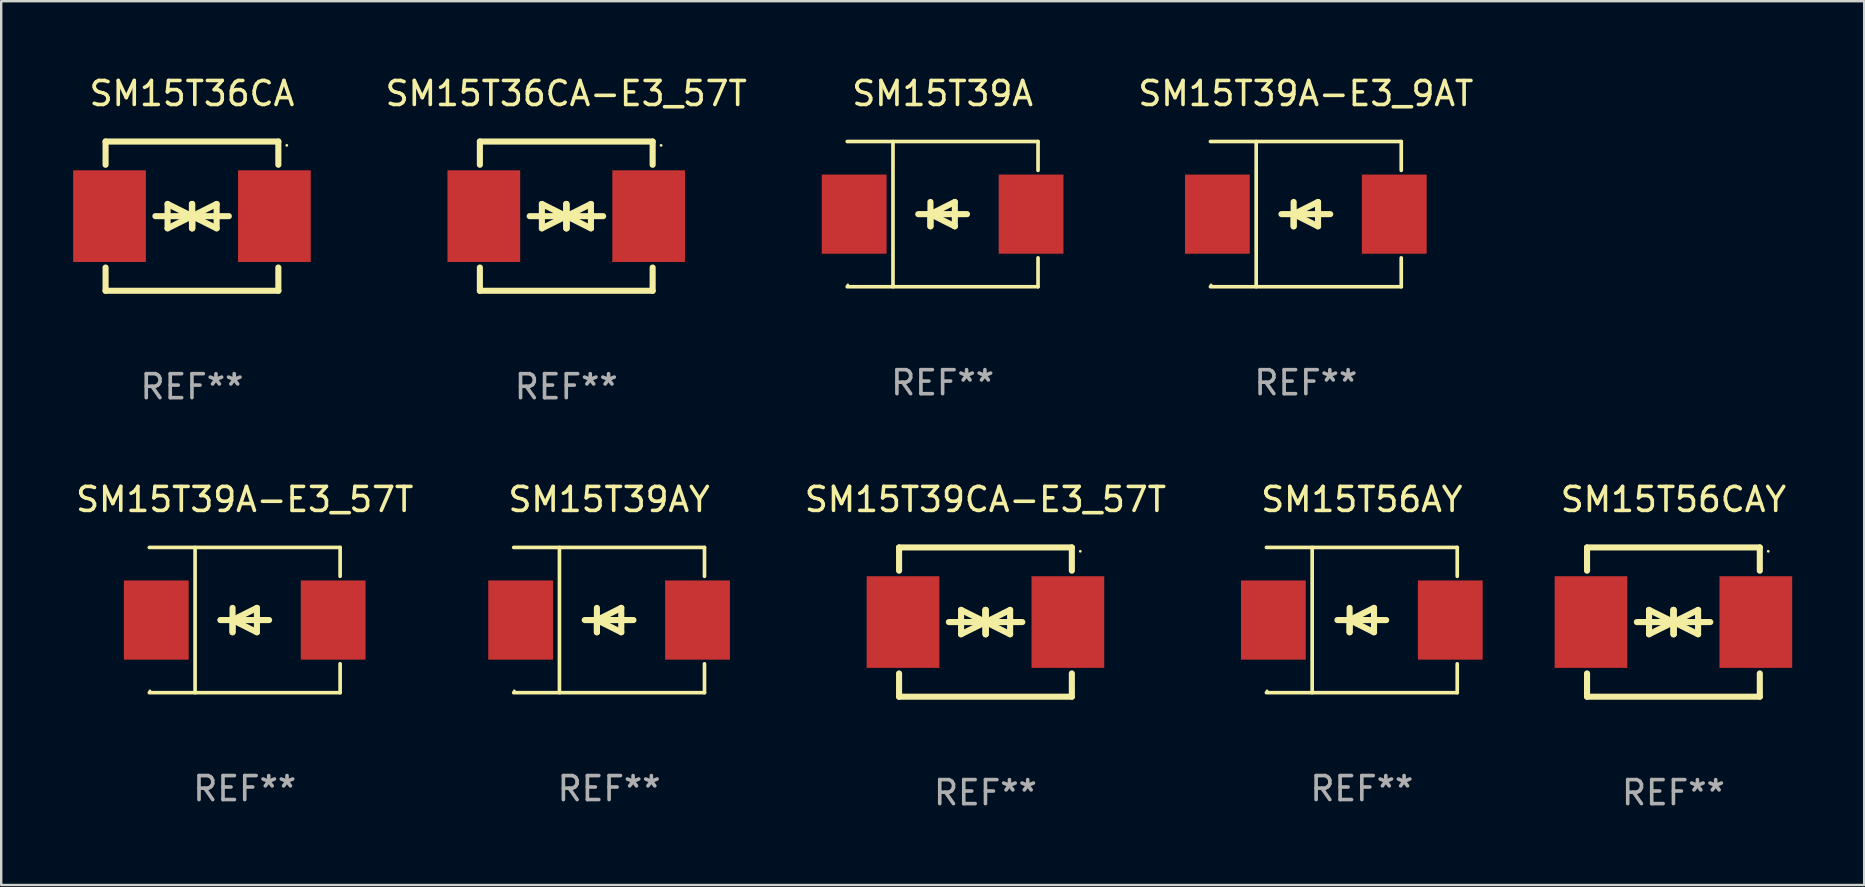
<source format=kicad_pcb>
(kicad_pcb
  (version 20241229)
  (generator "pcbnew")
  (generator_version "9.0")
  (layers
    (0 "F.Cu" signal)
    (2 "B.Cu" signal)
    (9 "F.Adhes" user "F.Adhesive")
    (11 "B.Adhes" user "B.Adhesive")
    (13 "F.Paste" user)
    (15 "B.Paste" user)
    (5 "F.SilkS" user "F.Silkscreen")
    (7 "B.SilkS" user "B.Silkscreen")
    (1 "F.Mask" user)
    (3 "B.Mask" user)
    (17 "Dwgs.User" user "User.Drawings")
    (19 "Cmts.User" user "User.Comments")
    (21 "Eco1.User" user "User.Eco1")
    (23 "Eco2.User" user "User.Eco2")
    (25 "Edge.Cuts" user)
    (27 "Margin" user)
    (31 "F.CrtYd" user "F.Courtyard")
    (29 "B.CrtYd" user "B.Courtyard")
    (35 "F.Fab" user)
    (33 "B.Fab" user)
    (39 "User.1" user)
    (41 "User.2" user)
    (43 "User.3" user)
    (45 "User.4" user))
  (footprint "SM15T36CA-E3_57T"
    (layer "F.Cu")
    (at 20.549 5.958)
    (property "Reference" "SM15T36CA-E3_57T" (at 0 -5.11 0) (layer "F.SilkS") (effects (font (size 1 1) (thickness 0.15))))
    (attr through_hole)
    (fp_line (start -3.6 -2.141) (end -3.6 -3.11) (stroke (width 0.254) (type solid)) (layer "F.SilkS"))
    (fp_line (start -3.6 3.11) (end -3.6 2.141) (stroke (width 0.254) (type solid)) (layer "F.SilkS"))
    (fp_line (start -1.524 0) (end 0.508 0) (stroke (width 0.254) (type solid)) (layer "F.SilkS"))
    (fp_line (start -1.016 -0.508) (end -1.016 0.508) (stroke (width 0.254) (type solid)) (layer "F.SilkS"))
    (fp_line (start -1.016 0.508) (end 0 0) (stroke (width 0.254) (type solid)) (layer "F.SilkS"))
    (fp_line (start 0 -0.508) (end 0 0.508) (stroke (width 0.254) (type solid)) (layer "F.SilkS"))
    (fp_line (start 0 0) (end -1.016 -0.508) (stroke (width 0.254) (type solid)) (layer "F.SilkS"))
    (fp_line (start 0 0) (end 0 -0.508) (stroke (width 0.254) (type solid)) (layer "F.SilkS"))
    (fp_line (start 0.012 0) (end 0.012 0.508) (stroke (width 0.254) (type solid)) (layer "F.SilkS"))
    (fp_line (start 0.012 0) (end 1.028 0.508) (stroke (width 0.254) (type solid)) (layer "F.SilkS"))
    (fp_line (start 0.012 0.508) (end 0.012 -0.508) (stroke (width 0.254) (type solid)) (layer "F.SilkS"))
    (fp_line (start 1.028 -0.508) (end 0.012 0) (stroke (width 0.254) (type solid)) (layer "F.SilkS"))
    (fp_line (start 1.028 0.508) (end 1.028 -0.508) (stroke (width 0.254) (type solid)) (layer "F.SilkS"))
    (fp_line (start 1.536 0) (end -0.496 0) (stroke (width 0.254) (type solid)) (layer "F.SilkS"))
    (fp_line (start 3.6 -3.11) (end -3.6 -3.11) (stroke (width 0.254) (type solid)) (layer "F.SilkS"))
    (fp_line (start 3.6 -2.141) (end 3.6 -3.11) (stroke (width 0.254) (type solid)) (layer "F.SilkS"))
    (fp_line (start 3.6 3.11) (end -3.6 3.11) (stroke (width 0.254) (type solid)) (layer "F.SilkS"))
    (fp_line (start 3.6 3.11) (end 3.6 2.141) (stroke (width 0.254) (type solid)) (layer "F.SilkS"))
    (fp_circle (center 3.952 -2.95) (end 3.982 -2.95) (stroke (width 0.06) (type solid)) (fill no) (layer "F.SilkS"))
    (fp_text user "REF**" (at 0 7.11 0) (layer "F.Fab") (effects (font (size 1 1) (thickness 0.15))))
    (pad "1" smd rect (at 3.435 0) (size 3.03 3.82) (layers "F.Cu" "F.Mask" "F.Paste"))
    (pad "2" smd rect (at -3.435 0) (size 3.03 3.82) (layers "F.Cu" "F.Mask" "F.Paste")))
  (footprint "SM15T39A"
    (layer "F.Cu")
    (at 36.234 5.874)
    (property "Reference" "SM15T39A" (at 0 -5.026 0) (layer "F.SilkS") (effects (font (size 1 1) (thickness 0.15))))
    (attr through_hole)
    (fp_line (start -3.976 -3.026) (end 3.976 -3.026) (stroke (width 0.152) (type solid)) (layer "F.SilkS"))
    (fp_line (start -3.976 3.026) (end 3.976 3.026) (stroke (width 0.152) (type solid)) (layer "F.SilkS"))
    (fp_line (start -2.069 -3.026) (end -2.069 3.026) (stroke (width 0.152) (type solid)) (layer "F.SilkS"))
    (fp_line (start -0.508 0) (end -0.508 0.508) (stroke (width 0.254) (type solid)) (layer "F.SilkS"))
    (fp_line (start -0.508 0) (end 0.508 0.508) (stroke (width 0.254) (type solid)) (layer "F.SilkS"))
    (fp_line (start -0.508 0.508) (end -0.508 -0.508) (stroke (width 0.254) (type solid)) (layer "F.SilkS"))
    (fp_line (start 0.508 -0.508) (end -0.508 0) (stroke (width 0.254) (type solid)) (layer "F.SilkS"))
    (fp_line (start 0.508 0.508) (end 0.508 -0.508) (stroke (width 0.254) (type solid)) (layer "F.SilkS"))
    (fp_line (start 1.016 0) (end -1.016 0) (stroke (width 0.254) (type solid)) (layer "F.SilkS"))
    (fp_line (start 3.976 -3.026) (end 3.976 -1.823) (stroke (width 0.152) (type solid)) (layer "F.SilkS"))
    (fp_line (start 3.976 3.026) (end 3.976 1.823) (stroke (width 0.152) (type solid)) (layer "F.SilkS"))
    (fp_circle (center -3.95 2.95) (end -3.92 2.95) (stroke (width 0.06) (type solid)) (fill no) (layer "F.SilkS"))
    (fp_text user "REF**" (at 0 7.026 0) (layer "F.Fab") (effects (font (size 1 1) (thickness 0.15))))
    (pad "1" smd rect (at -3.686 0) (size 2.7 3.3) (layers "F.Cu" "F.Mask" "F.Paste"))
    (pad "2" smd rect (at 3.686 0) (size 2.7 3.3) (layers "F.Cu" "F.Mask" "F.Paste")))
  (footprint "SM15T39AY"
    (layer "F.Cu")
    (at 22.334 22.791)
    (property "Reference" "SM15T39AY" (at 0 -5.026 0) (layer "F.SilkS") (effects (font (size 1 1) (thickness 0.15))))
    (attr through_hole)
    (fp_line (start -3.976 -3.026) (end 3.976 -3.026) (stroke (width 0.152) (type solid)) (layer "F.SilkS"))
    (fp_line (start -3.976 3.026) (end 3.976 3.026) (stroke (width 0.152) (type solid)) (layer "F.SilkS"))
    (fp_line (start -2.069 -3.026) (end -2.069 3.026) (stroke (width 0.152) (type solid)) (layer "F.SilkS"))
    (fp_line (start -0.508 0) (end -0.508 0.508) (stroke (width 0.254) (type solid)) (layer "F.SilkS"))
    (fp_line (start -0.508 0) (end 0.508 0.508) (stroke (width 0.254) (type solid)) (layer "F.SilkS"))
    (fp_line (start -0.508 0.508) (end -0.508 -0.508) (stroke (width 0.254) (type solid)) (layer "F.SilkS"))
    (fp_line (start 0.508 -0.508) (end -0.508 0) (stroke (width 0.254) (type solid)) (layer "F.SilkS"))
    (fp_line (start 0.508 0.508) (end 0.508 -0.508) (stroke (width 0.254) (type solid)) (layer "F.SilkS"))
    (fp_line (start 1.016 0) (end -1.016 0) (stroke (width 0.254) (type solid)) (layer "F.SilkS"))
    (fp_line (start 3.976 -3.026) (end 3.976 -1.823) (stroke (width 0.152) (type solid)) (layer "F.SilkS"))
    (fp_line (start 3.976 3.026) (end 3.976 1.823) (stroke (width 0.152) (type solid)) (layer "F.SilkS"))
    (fp_circle (center -3.95 2.95) (end -3.92 2.95) (stroke (width 0.06) (type solid)) (fill no) (layer "F.SilkS"))
    (fp_text user "REF**" (at 0 7.026 0) (layer "F.Fab") (effects (font (size 1 1) (thickness 0.15))))
    (pad "1" smd rect (at -3.686 0) (size 2.7 3.3) (layers "F.Cu" "F.Mask" "F.Paste"))
    (pad "2" smd rect (at 3.686 0) (size 2.7 3.3) (layers "F.Cu" "F.Mask" "F.Paste")))
  (footprint "SM15T39A-E3_57T"
    (layer "F.Cu")
    (at 7.149 22.791)
    (property "Reference" "SM15T39A-E3_57T" (at 0 -5.026 0) (layer "F.SilkS") (effects (font (size 1 1) (thickness 0.15))))
    (attr through_hole)
    (fp_line (start -3.976 -3.026) (end 3.976 -3.026) (stroke (width 0.152) (type solid)) (layer "F.SilkS"))
    (fp_line (start -3.976 3.026) (end 3.976 3.026) (stroke (width 0.152) (type solid)) (layer "F.SilkS"))
    (fp_line (start -2.069 -3.026) (end -2.069 3.026) (stroke (width 0.152) (type solid)) (layer "F.SilkS"))
    (fp_line (start -0.508 0) (end -0.508 0.508) (stroke (width 0.254) (type solid)) (layer "F.SilkS"))
    (fp_line (start -0.508 0) (end 0.508 0.508) (stroke (width 0.254) (type solid)) (layer "F.SilkS"))
    (fp_line (start -0.508 0.508) (end -0.508 -0.508) (stroke (width 0.254) (type solid)) (layer "F.SilkS"))
    (fp_line (start 0.508 -0.508) (end -0.508 0) (stroke (width 0.254) (type solid)) (layer "F.SilkS"))
    (fp_line (start 0.508 0.508) (end 0.508 -0.508) (stroke (width 0.254) (type solid)) (layer "F.SilkS"))
    (fp_line (start 1.016 0) (end -1.016 0) (stroke (width 0.254) (type solid)) (layer "F.SilkS"))
    (fp_line (start 3.976 -3.026) (end 3.976 -1.823) (stroke (width 0.152) (type solid)) (layer "F.SilkS"))
    (fp_line (start 3.976 3.026) (end 3.976 1.823) (stroke (width 0.152) (type solid)) (layer "F.SilkS"))
    (fp_circle (center -3.95 2.95) (end -3.92 2.95) (stroke (width 0.06) (type solid)) (fill no) (layer "F.SilkS"))
    (fp_text user "REF**" (at 0 7.026 0) (layer "F.Fab") (effects (font (size 1 1) (thickness 0.15))))
    (pad "1" smd rect (at -3.686 0) (size 2.7 3.3) (layers "F.Cu" "F.Mask" "F.Paste"))
    (pad "2" smd rect (at 3.686 0) (size 2.7 3.3) (layers "F.Cu" "F.Mask" "F.Paste")))
  (footprint "SM15T39CA-E3_57T"
    (layer "F.Cu")
    (at 38.019 22.875)
    (property "Reference" "SM15T39CA-E3_57T" (at 0 -5.11 0) (layer "F.SilkS") (effects (font (size 1 1) (thickness 0.15))))
    (attr through_hole)
    (fp_line (start -3.6 -2.141) (end -3.6 -3.11) (stroke (width 0.254) (type solid)) (layer "F.SilkS"))
    (fp_line (start -3.6 3.11) (end -3.6 2.141) (stroke (width 0.254) (type solid)) (layer "F.SilkS"))
    (fp_line (start -1.524 0) (end 0.508 0) (stroke (width 0.254) (type solid)) (layer "F.SilkS"))
    (fp_line (start -1.016 -0.508) (end -1.016 0.508) (stroke (width 0.254) (type solid)) (layer "F.SilkS"))
    (fp_line (start -1.016 0.508) (end 0 0) (stroke (width 0.254) (type solid)) (layer "F.SilkS"))
    (fp_line (start 0 -0.508) (end 0 0.508) (stroke (width 0.254) (type solid)) (layer "F.SilkS"))
    (fp_line (start 0 0) (end -1.016 -0.508) (stroke (width 0.254) (type solid)) (layer "F.SilkS"))
    (fp_line (start 0 0) (end 0 -0.508) (stroke (width 0.254) (type solid)) (layer "F.SilkS"))
    (fp_line (start 0.012 0) (end 0.012 0.508) (stroke (width 0.254) (type solid)) (layer "F.SilkS"))
    (fp_line (start 0.012 0) (end 1.028 0.508) (stroke (width 0.254) (type solid)) (layer "F.SilkS"))
    (fp_line (start 0.012 0.508) (end 0.012 -0.508) (stroke (width 0.254) (type solid)) (layer "F.SilkS"))
    (fp_line (start 1.028 -0.508) (end 0.012 0) (stroke (width 0.254) (type solid)) (layer "F.SilkS"))
    (fp_line (start 1.028 0.508) (end 1.028 -0.508) (stroke (width 0.254) (type solid)) (layer "F.SilkS"))
    (fp_line (start 1.536 0) (end -0.496 0) (stroke (width 0.254) (type solid)) (layer "F.SilkS"))
    (fp_line (start 3.6 -3.11) (end -3.6 -3.11) (stroke (width 0.254) (type solid)) (layer "F.SilkS"))
    (fp_line (start 3.6 -2.141) (end 3.6 -3.11) (stroke (width 0.254) (type solid)) (layer "F.SilkS"))
    (fp_line (start 3.6 3.11) (end -3.6 3.11) (stroke (width 0.254) (type solid)) (layer "F.SilkS"))
    (fp_line (start 3.6 3.11) (end 3.6 2.141) (stroke (width 0.254) (type solid)) (layer "F.SilkS"))
    (fp_circle (center 3.952 -2.95) (end 3.982 -2.95) (stroke (width 0.06) (type solid)) (fill no) (layer "F.SilkS"))
    (fp_text user "REF**" (at 0 7.11 0) (layer "F.Fab") (effects (font (size 1 1) (thickness 0.15))))
    (pad "1" smd rect (at 3.435 0) (size 3.03 3.82) (layers "F.Cu" "F.Mask" "F.Paste"))
    (pad "2" smd rect (at -3.435 0) (size 3.03 3.82) (layers "F.Cu" "F.Mask" "F.Paste")))
  (footprint "SM15T56AY"
    (layer "F.Cu")
    (at 53.704 22.791)
    (property "Reference" "SM15T56AY" (at 0 -5.026 0) (layer "F.SilkS") (effects (font (size 1 1) (thickness 0.15))))
    (attr through_hole)
    (fp_line (start -3.976 -3.026) (end 3.976 -3.026) (stroke (width 0.152) (type solid)) (layer "F.SilkS"))
    (fp_line (start -3.976 3.026) (end 3.976 3.026) (stroke (width 0.152) (type solid)) (layer "F.SilkS"))
    (fp_line (start -2.069 -3.026) (end -2.069 3.026) (stroke (width 0.152) (type solid)) (layer "F.SilkS"))
    (fp_line (start -0.508 0) (end -0.508 0.508) (stroke (width 0.254) (type solid)) (layer "F.SilkS"))
    (fp_line (start -0.508 0) (end 0.508 0.508) (stroke (width 0.254) (type solid)) (layer "F.SilkS"))
    (fp_line (start -0.508 0.508) (end -0.508 -0.508) (stroke (width 0.254) (type solid)) (layer "F.SilkS"))
    (fp_line (start 0.508 -0.508) (end -0.508 0) (stroke (width 0.254) (type solid)) (layer "F.SilkS"))
    (fp_line (start 0.508 0.508) (end 0.508 -0.508) (stroke (width 0.254) (type solid)) (layer "F.SilkS"))
    (fp_line (start 1.016 0) (end -1.016 0) (stroke (width 0.254) (type solid)) (layer "F.SilkS"))
    (fp_line (start 3.976 -3.026) (end 3.976 -1.823) (stroke (width 0.152) (type solid)) (layer "F.SilkS"))
    (fp_line (start 3.976 3.026) (end 3.976 1.823) (stroke (width 0.152) (type solid)) (layer "F.SilkS"))
    (fp_circle (center -3.95 2.95) (end -3.92 2.95) (stroke (width 0.06) (type solid)) (fill no) (layer "F.SilkS"))
    (fp_text user "REF**" (at 0 7.026 0) (layer "F.Fab") (effects (font (size 1 1) (thickness 0.15))))
    (pad "1" smd rect (at -3.686 0) (size 2.7 3.3) (layers "F.Cu" "F.Mask" "F.Paste"))
    (pad "2" smd rect (at 3.686 0) (size 2.7 3.3) (layers "F.Cu" "F.Mask" "F.Paste")))
  (footprint "SM15T56CAY"
    (layer "F.Cu")
    (at 66.69 22.875)
    (property "Reference" "SM15T56CAY" (at 0 -5.11 0) (layer "F.SilkS") (effects (font (size 1 1) (thickness 0.15))))
    (attr through_hole)
    (fp_line (start -3.6 -2.141) (end -3.6 -3.11) (stroke (width 0.254) (type solid)) (layer "F.SilkS"))
    (fp_line (start -3.6 3.11) (end -3.6 2.141) (stroke (width 0.254) (type solid)) (layer "F.SilkS"))
    (fp_line (start -1.524 0) (end 0.508 0) (stroke (width 0.254) (type solid)) (layer "F.SilkS"))
    (fp_line (start -1.016 -0.508) (end -1.016 0.508) (stroke (width 0.254) (type solid)) (layer "F.SilkS"))
    (fp_line (start -1.016 0.508) (end 0 0) (stroke (width 0.254) (type solid)) (layer "F.SilkS"))
    (fp_line (start 0 -0.508) (end 0 0.508) (stroke (width 0.254) (type solid)) (layer "F.SilkS"))
    (fp_line (start 0 0) (end -1.016 -0.508) (stroke (width 0.254) (type solid)) (layer "F.SilkS"))
    (fp_line (start 0 0) (end 0 -0.508) (stroke (width 0.254) (type solid)) (layer "F.SilkS"))
    (fp_line (start 0.012 0) (end 0.012 0.508) (stroke (width 0.254) (type solid)) (layer "F.SilkS"))
    (fp_line (start 0.012 0) (end 1.028 0.508) (stroke (width 0.254) (type solid)) (layer "F.SilkS"))
    (fp_line (start 0.012 0.508) (end 0.012 -0.508) (stroke (width 0.254) (type solid)) (layer "F.SilkS"))
    (fp_line (start 1.028 -0.508) (end 0.012 0) (stroke (width 0.254) (type solid)) (layer "F.SilkS"))
    (fp_line (start 1.028 0.508) (end 1.028 -0.508) (stroke (width 0.254) (type solid)) (layer "F.SilkS"))
    (fp_line (start 1.536 0) (end -0.496 0) (stroke (width 0.254) (type solid)) (layer "F.SilkS"))
    (fp_line (start 3.6 -3.11) (end -3.6 -3.11) (stroke (width 0.254) (type solid)) (layer "F.SilkS"))
    (fp_line (start 3.6 -2.141) (end 3.6 -3.11) (stroke (width 0.254) (type solid)) (layer "F.SilkS"))
    (fp_line (start 3.6 3.11) (end -3.6 3.11) (stroke (width 0.254) (type solid)) (layer "F.SilkS"))
    (fp_line (start 3.6 3.11) (end 3.6 2.141) (stroke (width 0.254) (type solid)) (layer "F.SilkS"))
    (fp_circle (center 3.952 -2.95) (end 3.982 -2.95) (stroke (width 0.06) (type solid)) (fill no) (layer "F.SilkS"))
    (fp_text user "REF**" (at 0 7.11 0) (layer "F.Fab") (effects (font (size 1 1) (thickness 0.15))))
    (pad "1" smd rect (at 3.435 0) (size 3.03 3.82) (layers "F.Cu" "F.Mask" "F.Paste"))
    (pad "2" smd rect (at -3.435 0) (size 3.03 3.82) (layers "F.Cu" "F.Mask" "F.Paste")))
  (footprint "SM15T39A-E3_9AT"
    (layer "F.Cu")
    (at 51.371 5.874)
    (property "Reference" "SM15T39A-E3_9AT" (at 0 -5.026 0) (layer "F.SilkS") (effects (font (size 1 1) (thickness 0.15))))
    (attr through_hole)
    (fp_line (start -3.976 -3.026) (end 3.976 -3.026) (stroke (width 0.152) (type solid)) (layer "F.SilkS"))
    (fp_line (start -3.976 3.026) (end 3.976 3.026) (stroke (width 0.152) (type solid)) (layer "F.SilkS"))
    (fp_line (start -2.069 -3.026) (end -2.069 3.026) (stroke (width 0.152) (type solid)) (layer "F.SilkS"))
    (fp_line (start -0.508 0) (end -0.508 0.508) (stroke (width 0.254) (type solid)) (layer "F.SilkS"))
    (fp_line (start -0.508 0) (end 0.508 0.508) (stroke (width 0.254) (type solid)) (layer "F.SilkS"))
    (fp_line (start -0.508 0.508) (end -0.508 -0.508) (stroke (width 0.254) (type solid)) (layer "F.SilkS"))
    (fp_line (start 0.508 -0.508) (end -0.508 0) (stroke (width 0.254) (type solid)) (layer "F.SilkS"))
    (fp_line (start 0.508 0.508) (end 0.508 -0.508) (stroke (width 0.254) (type solid)) (layer "F.SilkS"))
    (fp_line (start 1.016 0) (end -1.016 0) (stroke (width 0.254) (type solid)) (layer "F.SilkS"))
    (fp_line (start 3.976 -3.026) (end 3.976 -1.823) (stroke (width 0.152) (type solid)) (layer "F.SilkS"))
    (fp_line (start 3.976 3.026) (end 3.976 1.823) (stroke (width 0.152) (type solid)) (layer "F.SilkS"))
    (fp_circle (center -3.95 2.95) (end -3.92 2.95) (stroke (width 0.06) (type solid)) (fill no) (layer "F.SilkS"))
    (fp_text user "REF**" (at 0 7.026 0) (layer "F.Fab") (effects (font (size 1 1) (thickness 0.15))))
    (pad "1" smd rect (at -3.686 0) (size 2.7 3.3) (layers "F.Cu" "F.Mask" "F.Paste"))
    (pad "2" smd rect (at 3.686 0) (size 2.7 3.3) (layers "F.Cu" "F.Mask" "F.Paste")))
  (footprint "SM15T36CA"
    (layer "F.Cu")
    (at 4.95 5.958)
    (property "Reference" "SM15T36CA" (at 0 -5.11 0) (layer "F.SilkS") (effects (font (size 1 1) (thickness 0.15))))
    (attr through_hole)
    (fp_line (start -3.6 -2.141) (end -3.6 -3.11) (stroke (width 0.254) (type solid)) (layer "F.SilkS"))
    (fp_line (start -3.6 3.11) (end -3.6 2.141) (stroke (width 0.254) (type solid)) (layer "F.SilkS"))
    (fp_line (start -1.524 0) (end 0.508 0) (stroke (width 0.254) (type solid)) (layer "F.SilkS"))
    (fp_line (start -1.016 -0.508) (end -1.016 0.508) (stroke (width 0.254) (type solid)) (layer "F.SilkS"))
    (fp_line (start -1.016 0.508) (end 0 0) (stroke (width 0.254) (type solid)) (layer "F.SilkS"))
    (fp_line (start 0 -0.508) (end 0 0.508) (stroke (width 0.254) (type solid)) (layer "F.SilkS"))
    (fp_line (start 0 0) (end -1.016 -0.508) (stroke (width 0.254) (type solid)) (layer "F.SilkS"))
    (fp_line (start 0 0) (end 0 -0.508) (stroke (width 0.254) (type solid)) (layer "F.SilkS"))
    (fp_line (start 0.012 0) (end 0.012 0.508) (stroke (width 0.254) (type solid)) (layer "F.SilkS"))
    (fp_line (start 0.012 0) (end 1.028 0.508) (stroke (width 0.254) (type solid)) (layer "F.SilkS"))
    (fp_line (start 0.012 0.508) (end 0.012 -0.508) (stroke (width 0.254) (type solid)) (layer "F.SilkS"))
    (fp_line (start 1.028 -0.508) (end 0.012 0) (stroke (width 0.254) (type solid)) (layer "F.SilkS"))
    (fp_line (start 1.028 0.508) (end 1.028 -0.508) (stroke (width 0.254) (type solid)) (layer "F.SilkS"))
    (fp_line (start 1.536 0) (end -0.496 0) (stroke (width 0.254) (type solid)) (layer "F.SilkS"))
    (fp_line (start 3.6 -3.11) (end -3.6 -3.11) (stroke (width 0.254) (type solid)) (layer "F.SilkS"))
    (fp_line (start 3.6 -2.141) (end 3.6 -3.11) (stroke (width 0.254) (type solid)) (layer "F.SilkS"))
    (fp_line (start 3.6 3.11) (end -3.6 3.11) (stroke (width 0.254) (type solid)) (layer "F.SilkS"))
    (fp_line (start 3.6 3.11) (end 3.6 2.141) (stroke (width 0.254) (type solid)) (layer "F.SilkS"))
    (fp_circle (center 3.952 -2.95) (end 3.982 -2.95) (stroke (width 0.06) (type solid)) (fill no) (layer "F.SilkS"))
    (fp_text user "REF**" (at 0 7.11 0) (layer "F.Fab") (effects (font (size 1 1) (thickness 0.15))))
    (pad "1" smd rect (at 3.435 0) (size 3.03 3.82) (layers "F.Cu" "F.Mask" "F.Paste"))
    (pad "2" smd rect (at -3.435 0) (size 3.03 3.82) (layers "F.Cu" "F.Mask" "F.Paste")))
  (gr_rect
    (start -3 -3)
    (end 74.64 33.833)
    (stroke (width 0.1) (type default))
    (fill no)
    (layer "Edge.Cuts")))
</source>
